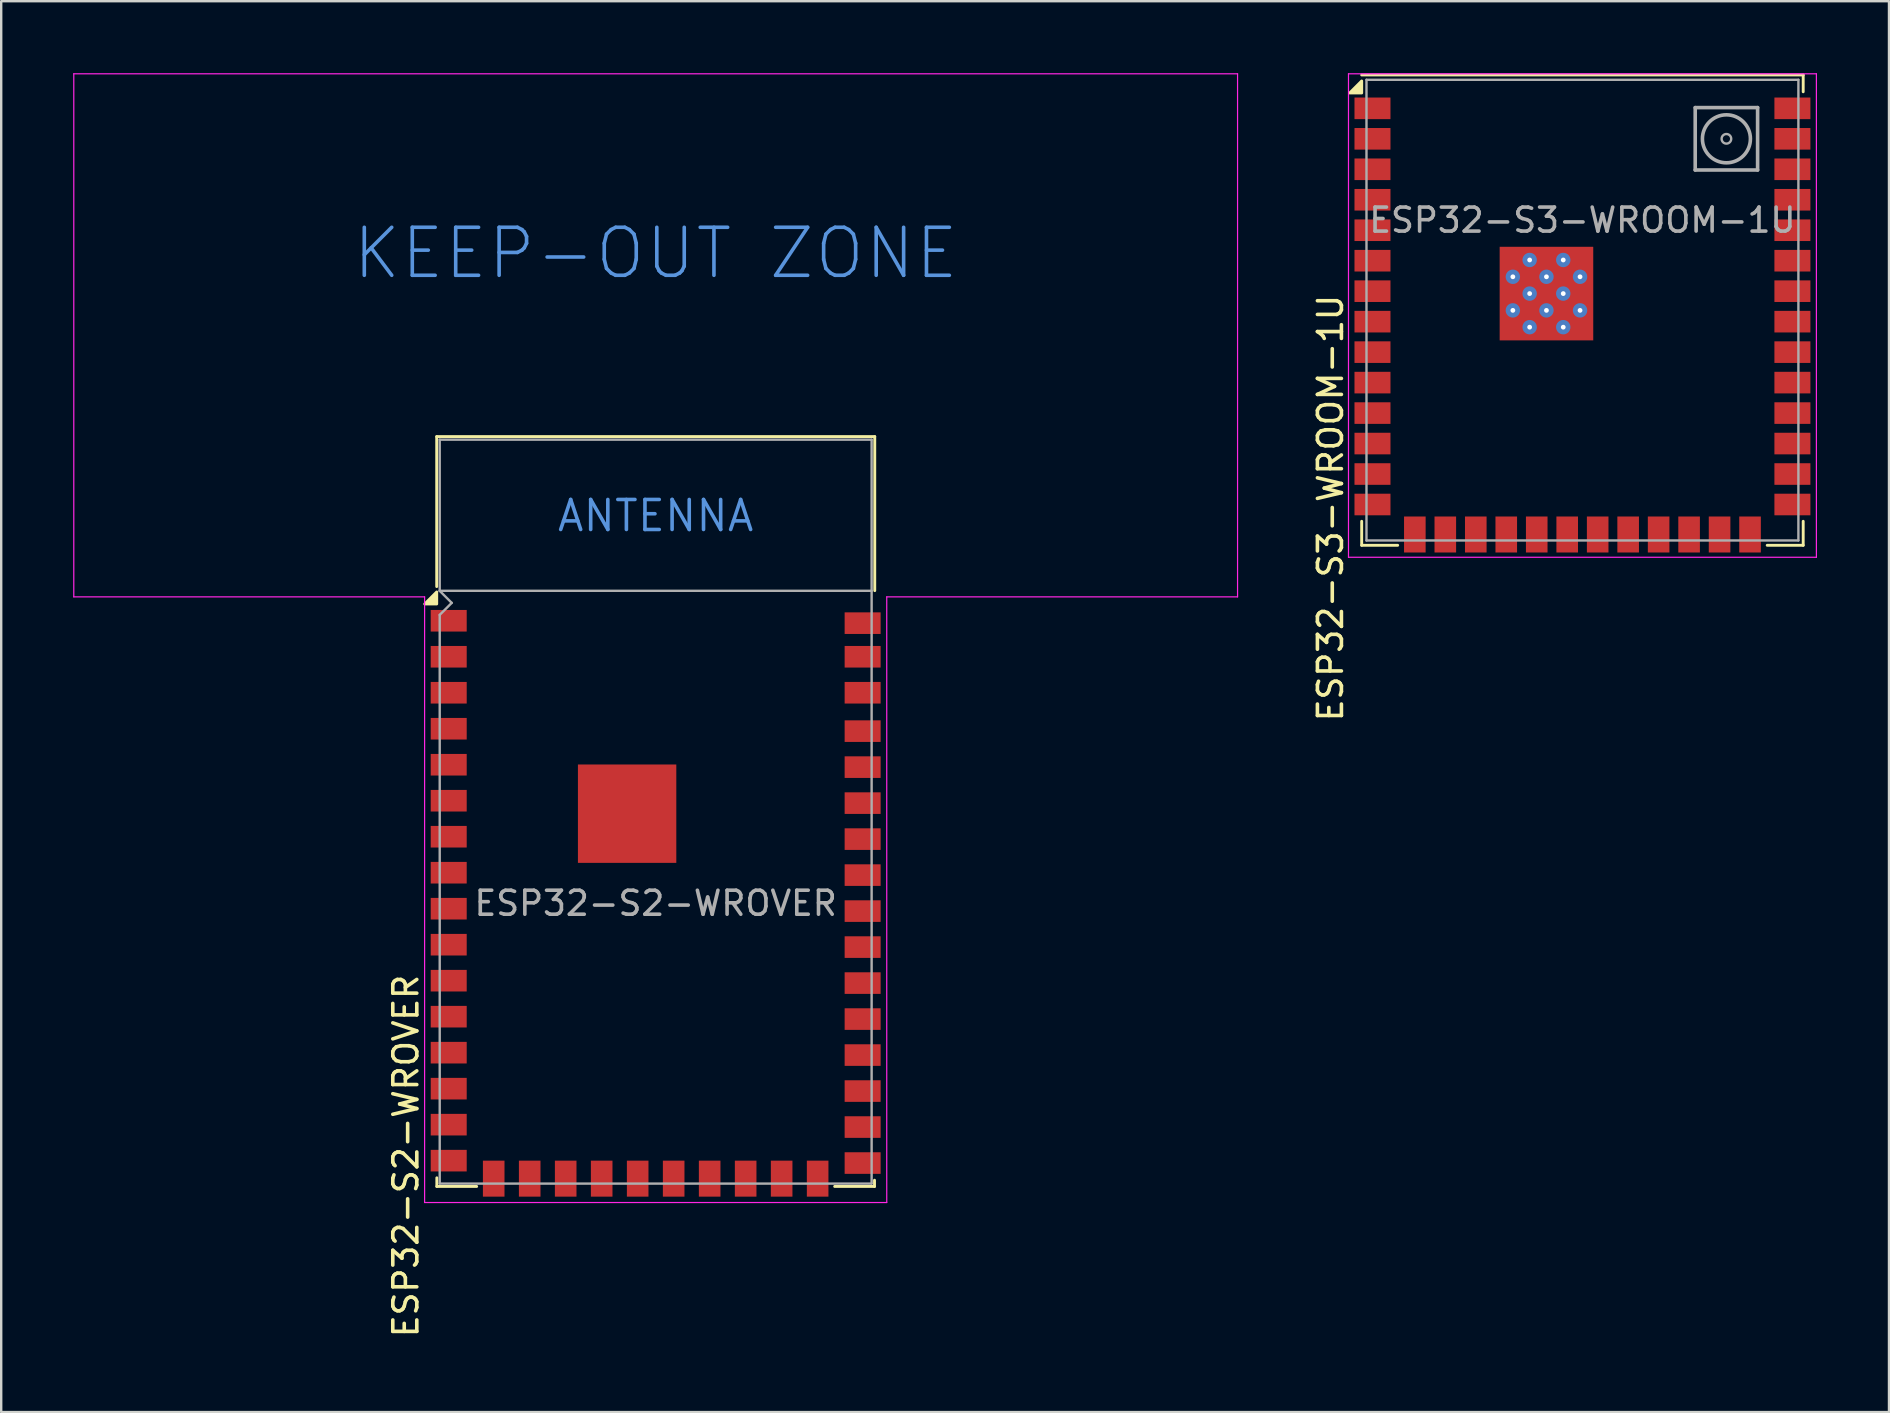
<source format=kicad_pcb>
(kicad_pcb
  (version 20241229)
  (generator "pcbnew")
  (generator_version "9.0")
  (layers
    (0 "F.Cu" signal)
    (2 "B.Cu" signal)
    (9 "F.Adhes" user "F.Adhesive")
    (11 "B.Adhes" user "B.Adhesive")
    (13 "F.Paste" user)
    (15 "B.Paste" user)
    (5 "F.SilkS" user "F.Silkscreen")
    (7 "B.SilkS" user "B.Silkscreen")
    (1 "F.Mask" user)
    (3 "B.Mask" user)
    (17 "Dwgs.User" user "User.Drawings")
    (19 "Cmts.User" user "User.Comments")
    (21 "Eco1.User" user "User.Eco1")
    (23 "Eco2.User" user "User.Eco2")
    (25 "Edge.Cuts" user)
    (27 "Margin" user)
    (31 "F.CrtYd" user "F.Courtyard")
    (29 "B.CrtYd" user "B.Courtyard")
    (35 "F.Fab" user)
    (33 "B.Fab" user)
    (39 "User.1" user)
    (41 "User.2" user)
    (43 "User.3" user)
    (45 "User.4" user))
  (footprint "ESP32-S3-WROOM-1U"
    (layer "F.Cu")
    (at 62.898 9.875)
    (property "Reference" "ESP32-S3-WROOM-1U" (at -10.5 8.25 90) (unlocked yes) (layer "F.SilkS") (effects (font (size 1 1) (thickness 0.15))))
    (attr smd)
    (fp_line (start -9.2 -9.8) (end 9.2 -9.8) (stroke (width 0.12) (type solid)) (layer "F.SilkS"))
    (fp_line (start -9.2 8.8) (end -9.2 9.8) (stroke (width 0.12) (type solid)) (layer "F.SilkS"))
    (fp_line (start -9.2 9.8) (end -7.7 9.8) (stroke (width 0.12) (type solid)) (layer "F.SilkS"))
    (fp_line (start 9.2 -9.8) (end 9.2 -9.1) (stroke (width 0.12) (type solid)) (layer "F.SilkS"))
    (fp_line (start 9.2 9.8) (end 7.7 9.8) (stroke (width 0.12) (type solid)) (layer "F.SilkS"))
    (fp_line (start 9.2 9.8) (end 9.2 8.8) (stroke (width 0.12) (type solid)) (layer "F.SilkS"))
    (fp_poly (pts (xy -9.2 -9.05) (xy -9.7 -9.05) (xy -9.2 -9.55) (xy -9.2 -9.05)) (stroke (width 0.12) (type solid)) (fill yes) (layer "F.SilkS"))
    (fp_line (start -9.75 10.3) (end -9.75 -9.85) (stroke (width 0.05) (type solid)) (layer "F.CrtYd"))
    (fp_line (start -9.75 10.3) (end 9.75 10.3) (stroke (width 0.05) (type solid)) (layer "F.CrtYd"))
    (fp_line (start 9.75 -9.85) (end -9.75 -9.85) (stroke (width 0.05) (type solid)) (layer "F.CrtYd"))
    (fp_line (start 9.75 -9.85) (end 9.75 10.3) (stroke (width 0.05) (type solid)) (layer "F.CrtYd"))
    (fp_line (start -9 -9.6) (end 9 -9.6) (stroke (width 0.1) (type solid)) (layer "F.Fab"))
    (fp_line (start -9 9.6) (end -9 -9.6) (stroke (width 0.1) (type solid)) (layer "F.Fab"))
    (fp_line (start -9 9.6) (end 9 9.6) (stroke (width 0.1) (type solid)) (layer "F.Fab"))
    (fp_line (start 4.7 -8.44) (end 7.3 -8.44) (stroke (width 0.15) (type solid)) (layer "F.Fab"))
    (fp_line (start 4.7 -5.84) (end 4.7 -8.44) (stroke (width 0.15) (type solid)) (layer "F.Fab"))
    (fp_line (start 7.3 -8.44) (end 7.3 -5.84) (stroke (width 0.15) (type solid)) (layer "F.Fab"))
    (fp_line (start 7.3 -5.84) (end 4.7 -5.84) (stroke (width 0.15) (type solid)) (layer "F.Fab"))
    (fp_line (start 9 9.6) (end 9 -9.6) (stroke (width 0.1) (type solid)) (layer "F.Fab"))
    (fp_circle (center 6 -7.14) (end 6 -6.94) (stroke (width 0.1) (type solid)) (fill no) (layer "F.Fab"))
    (fp_circle (center 6 -7.14) (end 7 -7.14) (stroke (width 0.15) (type solid)) (fill no) (layer "F.Fab"))
    (fp_text user "${REFERENCE}" (at 0 -3.75 0) (unlocked yes) (layer "F.Fab") (effects (font (size 1 1) (thickness 0.15))))
    (pad "" smd rect (at -2.904 0.71) (size 0.9 0.9) (layers "F.Paste"))
    (pad "" smd rect (at -2.9 -2.09) (size 0.9 0.9) (layers "F.Paste"))
    (pad "" smd rect (at -2.9 -0.69) (size 0.9 0.9) (layers "F.Paste"))
    (pad "" smd rect (at -1.504 0.71) (size 0.9 0.9) (layers "F.Paste"))
    (pad "" smd rect (at -1.5 -2.09) (size 0.9 0.9) (layers "F.Paste"))
    (pad "" smd rect (at -1.5 -0.69) (size 0.9 0.9) (layers "F.Paste"))
    (pad "" smd rect (at -0.104 0.71) (size 0.9 0.9) (layers "F.Paste"))
    (pad "" smd rect (at -0.1 -2.09) (size 0.9 0.9) (layers "F.Paste"))
    (pad "" smd rect (at -0.1 -0.69) (size 0.9 0.9) (layers "F.Paste"))
    (pad "1" smd rect (at -8.75 -8.41) (size 1.5 0.9) (layers "F.Cu" "F.Mask" "F.Paste"))
    (pad "2" smd rect (at -8.75 -7.14) (size 1.5 0.9) (layers "F.Cu" "F.Mask" "F.Paste"))
    (pad "3" smd rect (at -8.75 -5.87) (size 1.5 0.9) (layers "F.Cu" "F.Mask" "F.Paste"))
    (pad "4" smd rect (at -8.75 -4.6) (size 1.5 0.9) (layers "F.Cu" "F.Mask" "F.Paste"))
    (pad "5" smd rect (at -8.75 -3.33) (size 1.5 0.9) (layers "F.Cu" "F.Mask" "F.Paste"))
    (pad "6" smd rect (at -8.75 -2.06) (size 1.5 0.9) (layers "F.Cu" "F.Mask" "F.Paste"))
    (pad "7" smd rect (at -8.75 -0.79) (size 1.5 0.9) (layers "F.Cu" "F.Mask" "F.Paste"))
    (pad "8" smd rect (at -8.75 0.48) (size 1.5 0.9) (layers "F.Cu" "F.Mask" "F.Paste"))
    (pad "9" smd rect (at -8.75 1.75) (size 1.5 0.9) (layers "F.Cu" "F.Mask" "F.Paste"))
    (pad "10" smd rect (at -8.75 3.02) (size 1.5 0.9) (layers "F.Cu" "F.Mask" "F.Paste"))
    (pad "11" smd rect (at -8.75 4.29) (size 1.5 0.9) (layers "F.Cu" "F.Mask" "F.Paste"))
    (pad "12" smd rect (at -8.75 5.56) (size 1.5 0.9) (layers "F.Cu" "F.Mask" "F.Paste"))
    (pad "13" smd rect (at -8.75 6.83) (size 1.5 0.9) (layers "F.Cu" "F.Mask" "F.Paste"))
    (pad "14" smd rect (at -8.75 8.1 180) (size 1.5 0.9) (layers "F.Cu" "F.Mask" "F.Paste"))
    (pad "15" smd rect (at -6.985 9.35 270) (size 1.5 0.9) (layers "F.Cu" "F.Mask" "F.Paste"))
    (pad "16" smd rect (at -5.715 9.35 270) (size 1.5 0.9) (layers "F.Cu" "F.Mask" "F.Paste"))
    (pad "17" smd rect (at -4.445 9.35 270) (size 1.5 0.9) (layers "F.Cu" "F.Mask" "F.Paste"))
    (pad "18" smd rect (at -3.175 9.35 270) (size 1.5 0.9) (layers "F.Cu" "F.Mask" "F.Paste"))
    (pad "19" smd rect (at -1.905 9.35 270) (size 1.5 0.9) (layers "F.Cu" "F.Mask" "F.Paste"))
    (pad "20" smd rect (at -0.635 9.35 270) (size 1.5 0.9) (layers "F.Cu" "F.Mask" "F.Paste"))
    (pad "21" smd rect (at 0.635 9.35 270) (size 1.5 0.9) (layers "F.Cu" "F.Mask" "F.Paste"))
    (pad "22" smd rect (at 1.905 9.35 270) (size 1.5 0.9) (layers "F.Cu" "F.Mask" "F.Paste"))
    (pad "23" smd rect (at 3.175 9.35 270) (size 1.5 0.9) (layers "F.Cu" "F.Mask" "F.Paste"))
    (pad "24" smd rect (at 4.445 9.35 270) (size 1.5 0.9) (layers "F.Cu" "F.Mask" "F.Paste"))
    (pad "25" smd rect (at 5.715 9.35 270) (size 1.5 0.9) (layers "F.Cu" "F.Mask" "F.Paste"))
    (pad "26" smd rect (at 6.985 9.35 270) (size 1.5 0.9) (layers "F.Cu" "F.Mask" "F.Paste"))
    (pad "27" smd rect (at 8.75 8.1) (size 1.5 0.9) (layers "F.Cu" "F.Mask" "F.Paste"))
    (pad "28" smd rect (at 8.75 6.83) (size 1.5 0.9) (layers "F.Cu" "F.Mask" "F.Paste"))
    (pad "29" smd rect (at 8.75 5.56) (size 1.5 0.9) (layers "F.Cu" "F.Mask" "F.Paste"))
    (pad "30" smd rect (at 8.75 4.29) (size 1.5 0.9) (layers "F.Cu" "F.Mask" "F.Paste"))
    (pad "31" smd rect (at 8.75 3.02) (size 1.5 0.9) (layers "F.Cu" "F.Mask" "F.Paste"))
    (pad "32" smd rect (at 8.75 1.75) (size 1.5 0.9) (layers "F.Cu" "F.Mask" "F.Paste"))
    (pad "33" smd rect (at 8.75 0.48) (size 1.5 0.9) (layers "F.Cu" "F.Mask" "F.Paste"))
    (pad "34" smd rect (at 8.75 -0.79) (size 1.5 0.9) (layers "F.Cu" "F.Mask" "F.Paste"))
    (pad "35" smd rect (at 8.75 -2.06) (size 1.5 0.9) (layers "F.Cu" "F.Mask" "F.Paste"))
    (pad "36" smd rect (at 8.75 -3.33) (size 1.5 0.9) (layers "F.Cu" "F.Mask" "F.Paste"))
    (pad "37" smd rect (at 8.75 -4.6) (size 1.5 0.9) (layers "F.Cu" "F.Mask" "F.Paste"))
    (pad "38" smd rect (at 8.75 -5.87) (size 1.5 0.9) (layers "F.Cu" "F.Mask" "F.Paste"))
    (pad "39" smd rect (at 8.75 -7.14) (size 1.5 0.9) (layers "F.Cu" "F.Mask" "F.Paste"))
    (pad "40" smd rect (at 8.75 -8.41) (size 1.5 0.9) (layers "F.Cu" "F.Mask" "F.Paste"))
    (pad "41" thru_hole circle (at -2.9 -1.39) (size 0.6 0.6) (drill 0.2) (property pad_prop_heatsink) (layers "*.Cu" "F.Mask"))
    (pad "41" thru_hole circle (at -2.9 0.01) (size 0.6 0.6) (drill 0.2) (property pad_prop_heatsink) (layers "*.Cu" "F.Mask"))
    (pad "41" thru_hole circle (at -2.2 -2.09) (size 0.6 0.6) (drill 0.2) (property pad_prop_heatsink) (layers "*.Cu" "F.Mask"))
    (pad "41" thru_hole circle (at -2.2 -0.69) (size 0.6 0.6) (drill 0.2) (property pad_prop_heatsink) (layers "*.Cu" "F.Mask"))
    (pad "41" thru_hole circle (at -2.2 0.71) (size 0.6 0.6) (drill 0.2) (property pad_prop_heatsink) (layers "*.Cu" "F.Mask"))
    (pad "41" thru_hole circle (at -1.5 -1.39) (size 0.6 0.6) (drill 0.2) (property pad_prop_heatsink) (layers "*.Cu" "F.Mask"))
    (pad "41" smd rect (at -1.5 -0.69) (size 3.9 3.9) (layers "F.Cu" "F.Mask"))
    (pad "41" thru_hole circle (at -1.5 0.01) (size 0.6 0.6) (drill 0.2) (property pad_prop_heatsink) (layers "*.Cu" "F.Mask"))
    (pad "41" thru_hole circle (at -0.8 -2.09) (size 0.6 0.6) (drill 0.2) (property pad_prop_heatsink) (layers "*.Cu" "F.Mask"))
    (pad "41" thru_hole circle (at -0.8 -0.69 90) (size 0.6 0.6) (drill 0.2) (property pad_prop_heatsink) (layers "*.Cu" "F.Mask"))
    (pad "41" thru_hole circle (at -0.8 0.71) (size 0.6 0.6) (drill 0.2) (property pad_prop_heatsink) (layers "*.Cu" "F.Mask"))
    (pad "41" thru_hole circle (at -0.1 -1.39) (size 0.6 0.6) (drill 0.2) (property pad_prop_heatsink) (layers "*.Cu" "F.Mask"))
    (pad "41" thru_hole circle (at -0.1 0.01) (size 0.6 0.6) (drill 0.2) (property pad_prop_heatsink) (layers "*.Cu" "F.Mask")))
  (footprint "ESP32-S2-WROVER"
    (layer "F.Cu")
    (at 24.275 34.595)
    (property "Reference" "ESP32-S2-WROVER" (at -10.41 10.53 90) (layer "F.SilkS") (effects (font (size 1 1) (thickness 0.15))))
    (attr smd)
    (fp_line (start -9.125 -19.45) (end 9.13 -19.45) (stroke (width 0.12) (type solid)) (layer "F.SilkS"))
    (fp_line (start -9.125 -13.2) (end -9.125 -19.45) (stroke (width 0.12) (type solid)) (layer "F.SilkS"))
    (fp_line (start -9.12 11.44) (end -9.12 11.8) (stroke (width 0.12) (type solid)) (layer "F.SilkS"))
    (fp_line (start -9.12 11.8) (end -7.46 11.8) (stroke (width 0.12) (type solid)) (layer "F.SilkS"))
    (fp_line (start 9.12 11.54) (end 9.12 11.8) (stroke (width 0.12) (type solid)) (layer "F.SilkS"))
    (fp_line (start 9.12 11.8) (end 7.46 11.8) (stroke (width 0.12) (type solid)) (layer "F.SilkS"))
    (fp_line (start 9.13 -13.03) (end 9.13 -19.45) (stroke (width 0.12) (type solid)) (layer "F.SilkS"))
    (fp_poly (pts (xy -9.125 -12.475) (xy -9.625 -12.475) (xy -9.125 -12.975) (xy -9.125 -12.475)) (stroke (width 0.12) (type solid)) (fill yes) (layer "F.SilkS"))
    (fp_line (start -24.25 -34.57) (end -24.25 -12.77) (stroke (width 0.05) (type solid)) (layer "F.CrtYd"))
    (fp_line (start -24.25 -12.77) (end -9.63 -12.77) (stroke (width 0.05) (type solid)) (layer "F.CrtYd"))
    (fp_line (start -9.63 -12.77) (end -9.63 12.47) (stroke (width 0.05) (type solid)) (layer "F.CrtYd"))
    (fp_line (start -9.63 12.47) (end 9.63 12.47) (stroke (width 0.05) (type solid)) (layer "F.CrtYd"))
    (fp_line (start 9.63 -12.77) (end 24.25 -12.77) (stroke (width 0.05) (type solid)) (layer "F.CrtYd"))
    (fp_line (start 9.63 12.47) (end 9.63 -12.77) (stroke (width 0.05) (type solid)) (layer "F.CrtYd"))
    (fp_line (start 24.25 -34.57) (end -24.25 -34.57) (stroke (width 0.05) (type solid)) (layer "F.CrtYd"))
    (fp_line (start 24.25 -12.77) (end 24.25 -34.57) (stroke (width 0.05) (type solid)) (layer "F.CrtYd"))
    (fp_line (start -9 -19.323) (end 9 -19.323) (stroke (width 0.1) (type solid)) (layer "F.Fab"))
    (fp_line (start -9 -19.32) (end -9 -13.02) (stroke (width 0.1) (type solid)) (layer "F.Fab"))
    (fp_line (start -9 -12.02) (end -9 11.68) (stroke (width 0.1) (type solid)) (layer "F.Fab"))
    (fp_line (start -9 -12.02) (end -8.5 -12.52) (stroke (width 0.1) (type solid)) (layer "F.Fab"))
    (fp_line (start -9 11.68) (end 9 11.68) (stroke (width 0.1) (type solid)) (layer "F.Fab"))
    (fp_line (start -8.5 -12.52) (end -9 -13.02) (stroke (width 0.1) (type solid)) (layer "F.Fab"))
    (fp_line (start 9 -19.32) (end 9 11.68) (stroke (width 0.1) (type solid)) (layer "F.Fab"))
    (fp_line (start 9 -13.023) (end -9 -13.023) (stroke (width 0.1) (type solid)) (layer "F.Fab"))
    (fp_text user "KEEP-OUT ZONE" (at 0 -27.09 0) (layer "Cmts.User") (effects (font (size 2 2) (thickness 0.15))))
    (fp_text user "ANTENNA" (at 0 -16.15 0) (layer "Cmts.User") (effects (font (size 1.25 1.25) (thickness 0.15))))
    (fp_text user "${REFERENCE}" (at 0 0 0) (layer "F.Fab") (effects (font (size 1 1) (thickness 0.15))))
    (pad "1" smd rect (at -8.625 -11.775) (size 1.5 0.9) (layers "F.Cu" "F.Mask" "F.Paste"))
    (pad "2" smd rect (at -8.625 -10.275) (size 1.5 0.9) (layers "F.Cu" "F.Mask" "F.Paste"))
    (pad "3" smd rect (at -8.625 -8.775) (size 1.5 0.9) (layers "F.Cu" "F.Mask" "F.Paste"))
    (pad "4" smd rect (at -8.625 -7.275) (size 1.5 0.9) (layers "F.Cu" "F.Mask" "F.Paste"))
    (pad "5" smd rect (at -8.625 -5.775) (size 1.5 0.9) (layers "F.Cu" "F.Mask" "F.Paste"))
    (pad "6" smd rect (at -8.625 -4.275) (size 1.5 0.9) (layers "F.Cu" "F.Mask" "F.Paste"))
    (pad "7" smd rect (at -8.625 -2.775) (size 1.5 0.9) (layers "F.Cu" "F.Mask" "F.Paste"))
    (pad "8" smd rect (at -8.625 -1.275) (size 1.5 0.9) (layers "F.Cu" "F.Mask" "F.Paste"))
    (pad "9" smd rect (at -8.625 0.225) (size 1.5 0.9) (layers "F.Cu" "F.Mask" "F.Paste"))
    (pad "10" smd rect (at -8.625 1.725) (size 1.5 0.9) (layers "F.Cu" "F.Mask" "F.Paste"))
    (pad "11" smd rect (at -8.625 3.225) (size 1.5 0.9) (layers "F.Cu" "F.Mask" "F.Paste"))
    (pad "12" smd rect (at -8.625 4.725) (size 1.5 0.9) (layers "F.Cu" "F.Mask" "F.Paste"))
    (pad "13" smd rect (at -8.625 6.225) (size 1.5 0.9) (layers "F.Cu" "F.Mask" "F.Paste"))
    (pad "14" smd rect (at -8.625 7.725) (size 1.5 0.9) (layers "F.Cu" "F.Mask" "F.Paste"))
    (pad "15" smd rect (at -8.625 9.225 180) (size 1.5 0.9) (layers "F.Cu" "F.Mask" "F.Paste"))
    (pad "16" smd rect (at -8.625 10.725 180) (size 1.5 0.9) (layers "F.Cu" "F.Mask" "F.Paste"))
    (pad "17" smd rect (at -6.75 11.475) (size 0.9 1.5) (layers "F.Cu" "F.Mask" "F.Paste"))
    (pad "18" smd rect (at -5.25 11.475) (size 0.9 1.5) (layers "F.Cu" "F.Mask" "F.Paste"))
    (pad "19" smd rect (at -3.75 11.475) (size 0.9 1.5) (layers "F.Cu" "F.Mask" "F.Paste"))
    (pad "20" smd rect (at -2.25 11.475) (size 0.9 1.5) (layers "F.Cu" "F.Mask" "F.Paste"))
    (pad "21" smd rect (at -0.75 11.475) (size 0.9 1.5) (layers "F.Cu" "F.Mask" "F.Paste"))
    (pad "22" smd rect (at 0.75 11.475) (size 0.9 1.5) (layers "F.Cu" "F.Mask" "F.Paste"))
    (pad "23" smd rect (at 2.25 11.475) (size 0.9 1.5) (layers "F.Cu" "F.Mask" "F.Paste"))
    (pad "24" smd rect (at 3.75 11.475) (size 0.9 1.5) (layers "F.Cu" "F.Mask" "F.Paste"))
    (pad "25" smd rect (at 5.25 11.475) (size 0.9 1.5) (layers "F.Cu" "F.Mask" "F.Paste"))
    (pad "26" smd rect (at 6.75 11.475) (size 0.9 1.5) (layers "F.Cu" "F.Mask" "F.Paste"))
    (pad "27" smd rect (at 8.625 10.825) (size 1.5 0.9) (layers "F.Cu" "F.Mask" "F.Paste"))
    (pad "28" smd rect (at 8.625 9.325) (size 1.5 0.9) (layers "F.Cu" "F.Mask" "F.Paste"))
    (pad "29" smd rect (at 8.625 7.825) (size 1.5 0.9) (layers "F.Cu" "F.Mask" "F.Paste"))
    (pad "30" smd rect (at 8.625 6.325) (size 1.5 0.9) (layers "F.Cu" "F.Mask" "F.Paste"))
    (pad "31" smd rect (at 8.625 4.825) (size 1.5 0.9) (layers "F.Cu" "F.Mask" "F.Paste"))
    (pad "32" smd rect (at 8.625 3.325) (size 1.5 0.9) (layers "F.Cu" "F.Mask" "F.Paste"))
    (pad "33" smd rect (at 8.625 1.825) (size 1.5 0.9) (layers "F.Cu" "F.Mask" "F.Paste"))
    (pad "34" smd rect (at 8.625 0.325) (size 1.5 0.9) (layers "F.Cu" "F.Mask" "F.Paste"))
    (pad "35" smd rect (at 8.625 -1.175) (size 1.5 0.9) (layers "F.Cu" "F.Mask" "F.Paste"))
    (pad "36" smd rect (at 8.625 -2.675) (size 1.5 0.9) (layers "F.Cu" "F.Mask" "F.Paste"))
    (pad "37" smd rect (at 8.625 -4.175) (size 1.5 0.9) (layers "F.Cu" "F.Mask" "F.Paste"))
    (pad "38" smd rect (at 8.625 -5.675) (size 1.5 0.9) (layers "F.Cu" "F.Mask" "F.Paste"))
    (pad "39" smd rect (at 8.625 -7.175) (size 1.5 0.9) (layers "F.Cu" "F.Mask" "F.Paste"))
    (pad "40" smd rect (at 8.625 -8.775) (size 1.5 0.9) (layers "F.Cu" "F.Mask" "F.Paste"))
    (pad "41" smd rect (at 8.625 -10.275) (size 1.5 0.9) (layers "F.Cu" "F.Mask" "F.Paste"))
    (pad "42" smd rect (at 8.625 -11.675) (size 1.5 0.9) (layers "F.Cu" "F.Mask" "F.Paste"))
    (pad "43" smd rect (at -1.19 -3.735) (size 4.1 4.1) (layers "F.Cu" "F.Mask" "F.Paste"))
    (zone (net_name "") (layers "F.Cu" "B.Cu") (hatch full 0.508) (connect_pads) (min_thickness 0.254) (filled_areas_thickness no) (keepout (tracks not_allowed) (vias not_allowed) (pads not_allowed) (copperpour not_allowed) (footprints not_allowed)) (placement (enabled no)) (fill) (polygon (pts (xy 0.275 21.572) (xy 48.275 21.572) (xy 48.275 0.272) (xy 0.275 0.272)))))
  (gr_rect
    (start -3 -3)
    (end 75.673 55.798)
    (stroke (width 0.1) (type default))
    (fill no)
    (layer "Edge.Cuts")))
</source>
